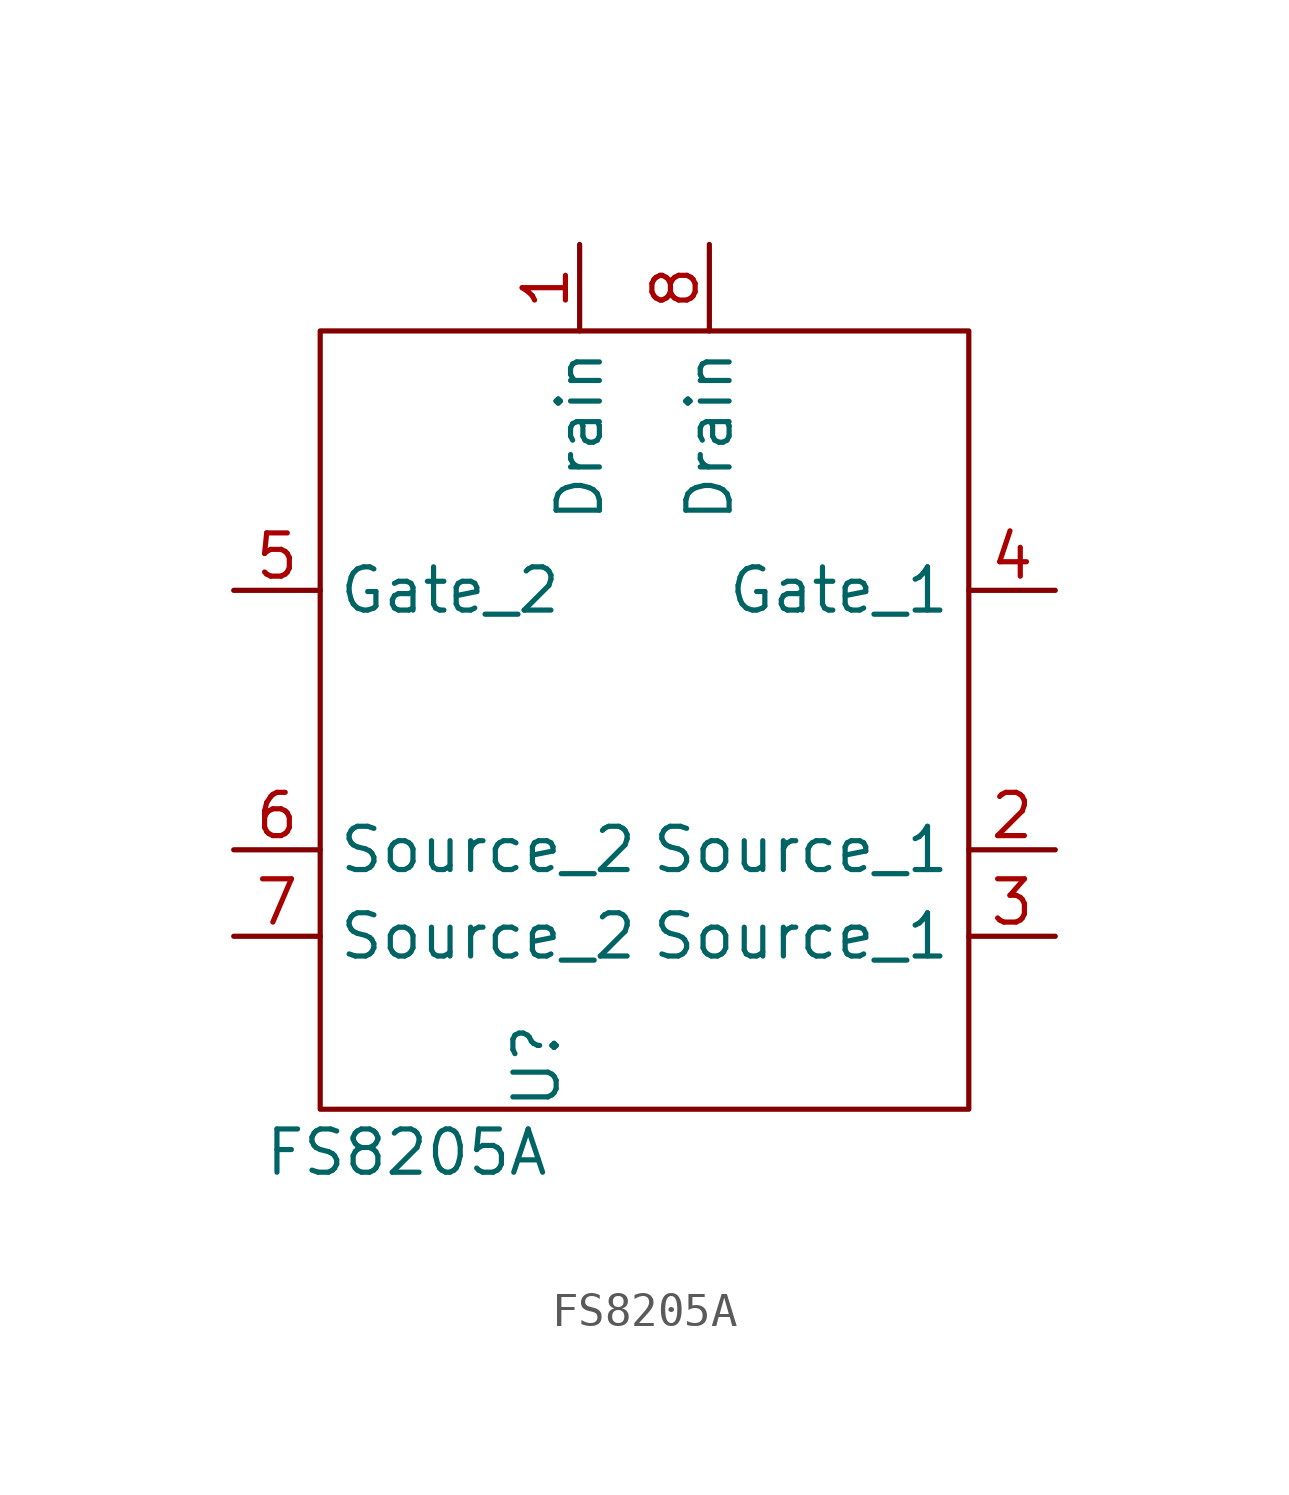
<source format=kicad_sym>
(kicad_symbol_lib
  (version 20220914)
  (generator kicad_symbol_editor)
  (symbol "FS8205A"
    (property "Reference" "U"
      (at 7.62 0 90)
      (effects (font (size 1.27 1.27))))
    (property "Value" "FS8205A"
      (at 3.81 -2.54 0)
      (effects (font (size 1.27 1.27))))
    (symbol "FS8205A_0_1"
      (rectangle (start 1.27 21.59) (end 20.32 -1.27) (stroke (width 0) (type default)) (fill (type none))))
    (symbol "FS8205A_1_1"
      (pin input line (at 8.89 24.13 270) (length 2.54) (name "Drain" (effects (font (size 1.27 1.27)))) (number "1" (effects (font (size 1.27 1.27)))))
      (pin input line (at 22.86 6.35 180) (length 2.54) (name "Source_1" (effects (font (size 1.27 1.27)))) (number "2" (effects (font (size 1.27 1.27)))))
      (pin input line (at 22.86 3.81 180) (length 2.54) (name "Source_1" (effects (font (size 1.27 1.27)))) (number "3" (effects (font (size 1.27 1.27)))))
      (pin input line (at 22.86 13.97 180) (length 2.54) (name "Gate_1" (effects (font (size 1.27 1.27)))) (number "4" (effects (font (size 1.27 1.27)))))
      (pin input line (at -1.27 13.97 0) (length 2.54) (name "Gate_2" (effects (font (size 1.27 1.27)))) (number "5" (effects (font (size 1.27 1.27)))))
      (pin input line (at -1.27 6.35 0) (length 2.54) (name "Source_2" (effects (font (size 1.27 1.27)))) (number "6" (effects (font (size 1.27 1.27)))))
      (pin input line (at -1.27 3.81 0) (length 2.54) (name "Source_2" (effects (font (size 1.27 1.27)))) (number "7" (effects (font (size 1.27 1.27)))))
      (pin input line (at 12.7 24.13 270) (length 2.54) (name "Drain" (effects (font (size 1.27 1.27)))) (number "8" (effects (font (size 1.27 1.27))))))))
</source>
